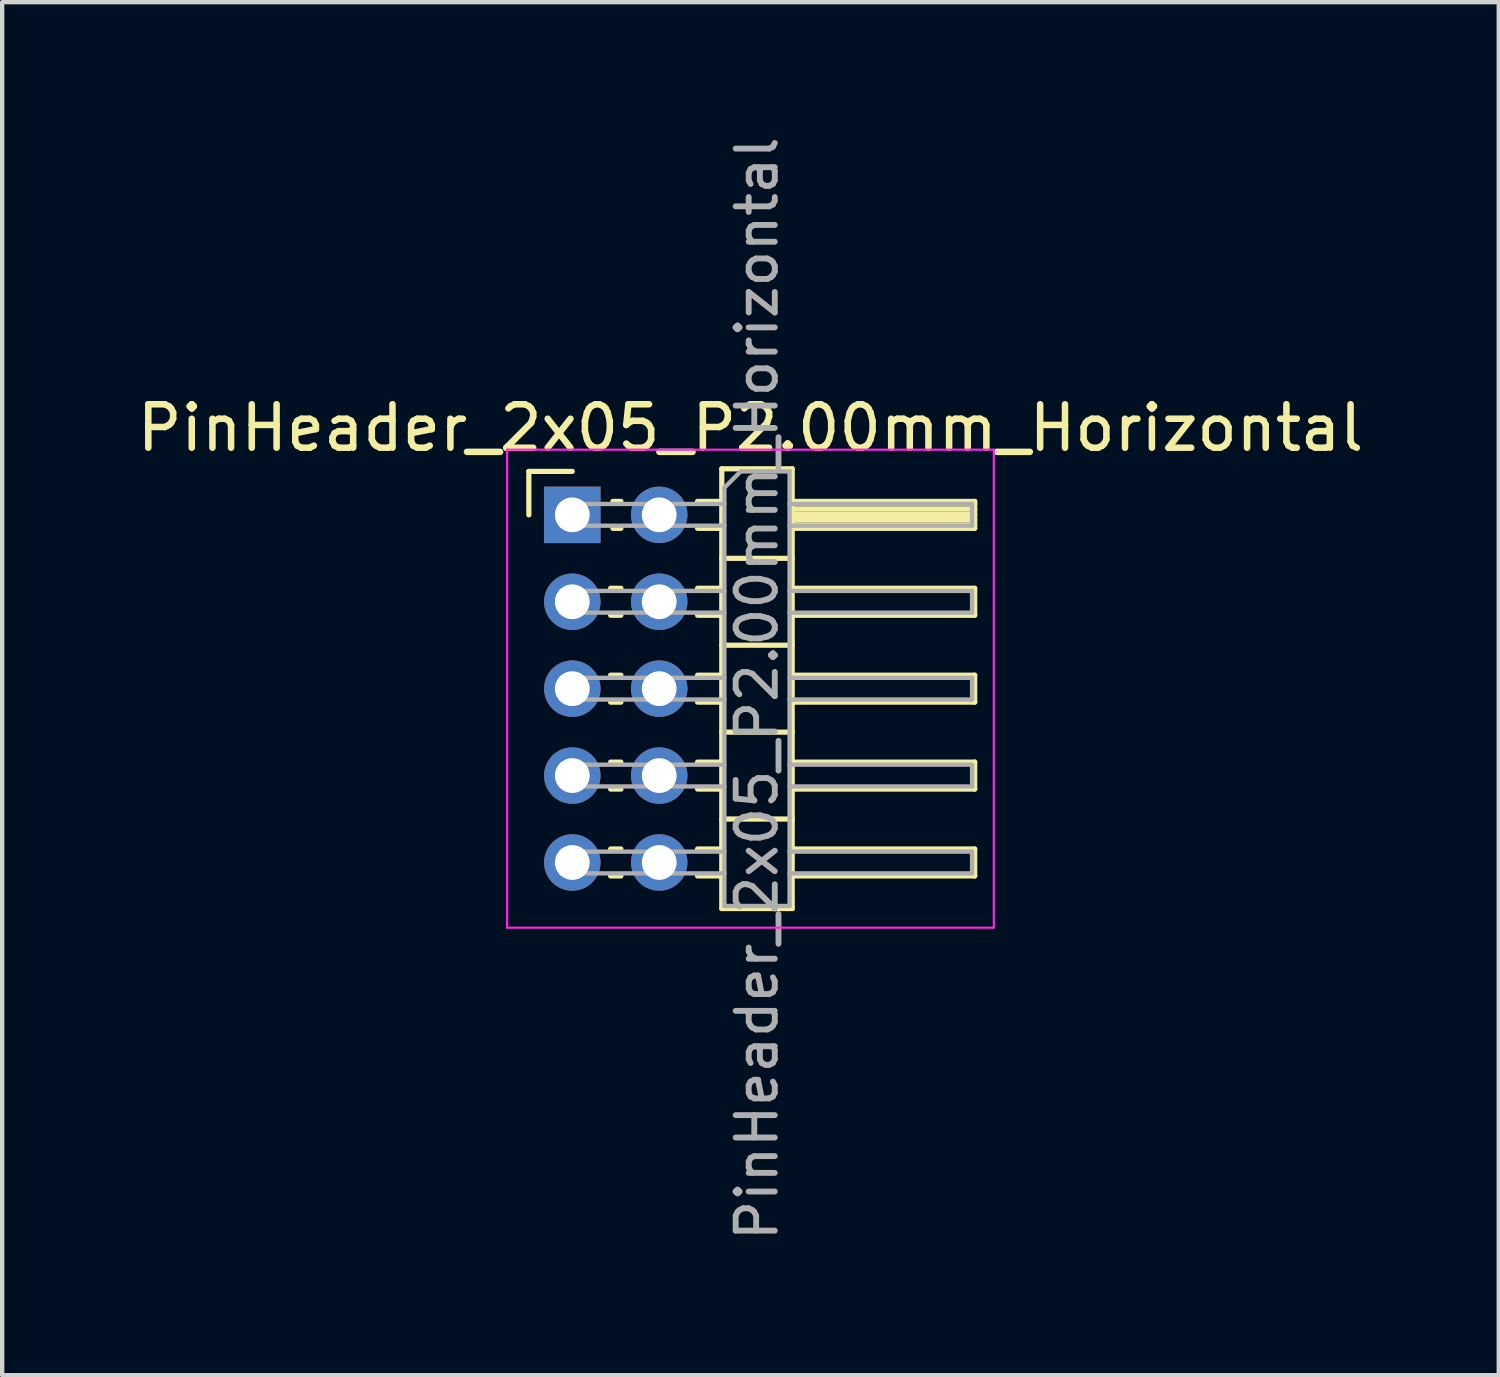
<source format=kicad_pcb>
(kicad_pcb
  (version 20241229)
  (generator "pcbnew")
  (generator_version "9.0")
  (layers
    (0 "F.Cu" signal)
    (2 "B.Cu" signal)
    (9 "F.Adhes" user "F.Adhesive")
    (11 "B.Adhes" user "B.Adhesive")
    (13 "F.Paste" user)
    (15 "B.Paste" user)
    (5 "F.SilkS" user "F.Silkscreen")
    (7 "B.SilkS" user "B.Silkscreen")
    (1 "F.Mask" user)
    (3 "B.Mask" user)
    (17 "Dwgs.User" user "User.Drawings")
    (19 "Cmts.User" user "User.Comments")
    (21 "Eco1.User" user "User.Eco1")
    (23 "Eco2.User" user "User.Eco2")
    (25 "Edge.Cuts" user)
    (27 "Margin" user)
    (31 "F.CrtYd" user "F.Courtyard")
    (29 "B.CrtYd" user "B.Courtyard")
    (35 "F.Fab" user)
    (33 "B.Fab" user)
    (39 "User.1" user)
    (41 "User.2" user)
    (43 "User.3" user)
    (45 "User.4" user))
  (footprint "PinHeader_2x05_P2.00mm_Horizontal"
    (layer "F.Cu")
    (at 10.12 8.798)
    (property "Reference" "PinHeader_2x05_P2.00mm_Horizontal" (at 4.1 -2 0) (layer "F.SilkS") (effects (font (size 1 1) (thickness 0.15))))
    (attr through_hole)
    (fp_line (start -1 -1) (end 0 -1) (stroke (width 0.12) (type solid)) (layer "F.SilkS"))
    (fp_line (start -1 0) (end -1 -1) (stroke (width 0.12) (type solid)) (layer "F.SilkS"))
    (fp_line (start 0.882 1.69) (end 1.118 1.69) (stroke (width 0.12) (type solid)) (layer "F.SilkS"))
    (fp_line (start 0.882 2.31) (end 1.118 2.31) (stroke (width 0.12) (type solid)) (layer "F.SilkS"))
    (fp_line (start 0.882 3.69) (end 1.118 3.69) (stroke (width 0.12) (type solid)) (layer "F.SilkS"))
    (fp_line (start 0.882 4.31) (end 1.118 4.31) (stroke (width 0.12) (type solid)) (layer "F.SilkS"))
    (fp_line (start 0.882 5.69) (end 1.118 5.69) (stroke (width 0.12) (type solid)) (layer "F.SilkS"))
    (fp_line (start 0.882 6.31) (end 1.118 6.31) (stroke (width 0.12) (type solid)) (layer "F.SilkS"))
    (fp_line (start 0.882 7.69) (end 1.118 7.69) (stroke (width 0.12) (type solid)) (layer "F.SilkS"))
    (fp_line (start 0.882 8.31) (end 1.118 8.31) (stroke (width 0.12) (type solid)) (layer "F.SilkS"))
    (fp_line (start 0.935 -0.31) (end 1.118 -0.31) (stroke (width 0.12) (type solid)) (layer "F.SilkS"))
    (fp_line (start 0.935 0.31) (end 1.118 0.31) (stroke (width 0.12) (type solid)) (layer "F.SilkS"))
    (fp_line (start 2.882 -0.31) (end 3.44 -0.31) (stroke (width 0.12) (type solid)) (layer "F.SilkS"))
    (fp_line (start 2.882 0.31) (end 3.44 0.31) (stroke (width 0.12) (type solid)) (layer "F.SilkS"))
    (fp_line (start 2.882 1.69) (end 3.44 1.69) (stroke (width 0.12) (type solid)) (layer "F.SilkS"))
    (fp_line (start 2.882 2.31) (end 3.44 2.31) (stroke (width 0.12) (type solid)) (layer "F.SilkS"))
    (fp_line (start 2.882 3.69) (end 3.44 3.69) (stroke (width 0.12) (type solid)) (layer "F.SilkS"))
    (fp_line (start 2.882 4.31) (end 3.44 4.31) (stroke (width 0.12) (type solid)) (layer "F.SilkS"))
    (fp_line (start 2.882 5.69) (end 3.44 5.69) (stroke (width 0.12) (type solid)) (layer "F.SilkS"))
    (fp_line (start 2.882 6.31) (end 3.44 6.31) (stroke (width 0.12) (type solid)) (layer "F.SilkS"))
    (fp_line (start 2.882 7.69) (end 3.44 7.69) (stroke (width 0.12) (type solid)) (layer "F.SilkS"))
    (fp_line (start 2.882 8.31) (end 3.44 8.31) (stroke (width 0.12) (type solid)) (layer "F.SilkS"))
    (fp_line (start 3.44 -1.06) (end 3.44 9.06) (stroke (width 0.12) (type solid)) (layer "F.SilkS"))
    (fp_line (start 3.44 1) (end 5.06 1) (stroke (width 0.12) (type solid)) (layer "F.SilkS"))
    (fp_line (start 3.44 3) (end 5.06 3) (stroke (width 0.12) (type solid)) (layer "F.SilkS"))
    (fp_line (start 3.44 5) (end 5.06 5) (stroke (width 0.12) (type solid)) (layer "F.SilkS"))
    (fp_line (start 3.44 7) (end 5.06 7) (stroke (width 0.12) (type solid)) (layer "F.SilkS"))
    (fp_line (start 3.44 9.06) (end 5.06 9.06) (stroke (width 0.12) (type solid)) (layer "F.SilkS"))
    (fp_line (start 5.06 -1.06) (end 3.44 -1.06) (stroke (width 0.12) (type solid)) (layer "F.SilkS"))
    (fp_line (start 5.06 -0.31) (end 9.26 -0.31) (stroke (width 0.12) (type solid)) (layer "F.SilkS"))
    (fp_line (start 5.06 -0.25) (end 9.26 -0.25) (stroke (width 0.12) (type solid)) (layer "F.SilkS"))
    (fp_line (start 5.06 -0.13) (end 9.26 -0.13) (stroke (width 0.12) (type solid)) (layer "F.SilkS"))
    (fp_line (start 5.06 -0.01) (end 9.26 -0.01) (stroke (width 0.12) (type solid)) (layer "F.SilkS"))
    (fp_line (start 5.06 0.11) (end 9.26 0.11) (stroke (width 0.12) (type solid)) (layer "F.SilkS"))
    (fp_line (start 5.06 0.23) (end 9.26 0.23) (stroke (width 0.12) (type solid)) (layer "F.SilkS"))
    (fp_line (start 5.06 1.69) (end 9.26 1.69) (stroke (width 0.12) (type solid)) (layer "F.SilkS"))
    (fp_line (start 5.06 3.69) (end 9.26 3.69) (stroke (width 0.12) (type solid)) (layer "F.SilkS"))
    (fp_line (start 5.06 5.69) (end 9.26 5.69) (stroke (width 0.12) (type solid)) (layer "F.SilkS"))
    (fp_line (start 5.06 7.69) (end 9.26 7.69) (stroke (width 0.12) (type solid)) (layer "F.SilkS"))
    (fp_line (start 5.06 9.06) (end 5.06 -1.06) (stroke (width 0.12) (type solid)) (layer "F.SilkS"))
    (fp_line (start 9.26 -0.31) (end 9.26 0.31) (stroke (width 0.12) (type solid)) (layer "F.SilkS"))
    (fp_line (start 9.26 0.31) (end 5.06 0.31) (stroke (width 0.12) (type solid)) (layer "F.SilkS"))
    (fp_line (start 9.26 1.69) (end 9.26 2.31) (stroke (width 0.12) (type solid)) (layer "F.SilkS"))
    (fp_line (start 9.26 2.31) (end 5.06 2.31) (stroke (width 0.12) (type solid)) (layer "F.SilkS"))
    (fp_line (start 9.26 3.69) (end 9.26 4.31) (stroke (width 0.12) (type solid)) (layer "F.SilkS"))
    (fp_line (start 9.26 4.31) (end 5.06 4.31) (stroke (width 0.12) (type solid)) (layer "F.SilkS"))
    (fp_line (start 9.26 5.69) (end 9.26 6.31) (stroke (width 0.12) (type solid)) (layer "F.SilkS"))
    (fp_line (start 9.26 6.31) (end 5.06 6.31) (stroke (width 0.12) (type solid)) (layer "F.SilkS"))
    (fp_line (start 9.26 7.69) (end 9.26 8.31) (stroke (width 0.12) (type solid)) (layer "F.SilkS"))
    (fp_line (start 9.26 8.31) (end 5.06 8.31) (stroke (width 0.12) (type solid)) (layer "F.SilkS"))
    (fp_line (start -1.5 -1.5) (end -1.5 9.5) (stroke (width 0.05) (type solid)) (layer "F.CrtYd"))
    (fp_line (start -1.5 9.5) (end 9.7 9.5) (stroke (width 0.05) (type solid)) (layer "F.CrtYd"))
    (fp_line (start 9.7 -1.5) (end -1.5 -1.5) (stroke (width 0.05) (type solid)) (layer "F.CrtYd"))
    (fp_line (start 9.7 9.5) (end 9.7 -1.5) (stroke (width 0.05) (type solid)) (layer "F.CrtYd"))
    (fp_line (start -0.25 -0.25) (end -0.25 0.25) (stroke (width 0.1) (type solid)) (layer "F.Fab"))
    (fp_line (start -0.25 -0.25) (end 3.5 -0.25) (stroke (width 0.1) (type solid)) (layer "F.Fab"))
    (fp_line (start -0.25 0.25) (end 3.5 0.25) (stroke (width 0.1) (type solid)) (layer "F.Fab"))
    (fp_line (start -0.25 1.75) (end -0.25 2.25) (stroke (width 0.1) (type solid)) (layer "F.Fab"))
    (fp_line (start -0.25 1.75) (end 3.5 1.75) (stroke (width 0.1) (type solid)) (layer "F.Fab"))
    (fp_line (start -0.25 2.25) (end 3.5 2.25) (stroke (width 0.1) (type solid)) (layer "F.Fab"))
    (fp_line (start -0.25 3.75) (end -0.25 4.25) (stroke (width 0.1) (type solid)) (layer "F.Fab"))
    (fp_line (start -0.25 3.75) (end 3.5 3.75) (stroke (width 0.1) (type solid)) (layer "F.Fab"))
    (fp_line (start -0.25 4.25) (end 3.5 4.25) (stroke (width 0.1) (type solid)) (layer "F.Fab"))
    (fp_line (start -0.25 5.75) (end -0.25 6.25) (stroke (width 0.1) (type solid)) (layer "F.Fab"))
    (fp_line (start -0.25 5.75) (end 3.5 5.75) (stroke (width 0.1) (type solid)) (layer "F.Fab"))
    (fp_line (start -0.25 6.25) (end 3.5 6.25) (stroke (width 0.1) (type solid)) (layer "F.Fab"))
    (fp_line (start -0.25 7.75) (end -0.25 8.25) (stroke (width 0.1) (type solid)) (layer "F.Fab"))
    (fp_line (start -0.25 7.75) (end 3.5 7.75) (stroke (width 0.1) (type solid)) (layer "F.Fab"))
    (fp_line (start -0.25 8.25) (end 3.5 8.25) (stroke (width 0.1) (type solid)) (layer "F.Fab"))
    (fp_line (start 3.5 -0.625) (end 3.875 -1) (stroke (width 0.1) (type solid)) (layer "F.Fab"))
    (fp_line (start 3.5 9) (end 3.5 -0.625) (stroke (width 0.1) (type solid)) (layer "F.Fab"))
    (fp_line (start 3.875 -1) (end 5 -1) (stroke (width 0.1) (type solid)) (layer "F.Fab"))
    (fp_line (start 5 -1) (end 5 9) (stroke (width 0.1) (type solid)) (layer "F.Fab"))
    (fp_line (start 5 -0.25) (end 9.2 -0.25) (stroke (width 0.1) (type solid)) (layer "F.Fab"))
    (fp_line (start 5 0.25) (end 9.2 0.25) (stroke (width 0.1) (type solid)) (layer "F.Fab"))
    (fp_line (start 5 1.75) (end 9.2 1.75) (stroke (width 0.1) (type solid)) (layer "F.Fab"))
    (fp_line (start 5 2.25) (end 9.2 2.25) (stroke (width 0.1) (type solid)) (layer "F.Fab"))
    (fp_line (start 5 3.75) (end 9.2 3.75) (stroke (width 0.1) (type solid)) (layer "F.Fab"))
    (fp_line (start 5 4.25) (end 9.2 4.25) (stroke (width 0.1) (type solid)) (layer "F.Fab"))
    (fp_line (start 5 5.75) (end 9.2 5.75) (stroke (width 0.1) (type solid)) (layer "F.Fab"))
    (fp_line (start 5 6.25) (end 9.2 6.25) (stroke (width 0.1) (type solid)) (layer "F.Fab"))
    (fp_line (start 5 7.75) (end 9.2 7.75) (stroke (width 0.1) (type solid)) (layer "F.Fab"))
    (fp_line (start 5 8.25) (end 9.2 8.25) (stroke (width 0.1) (type solid)) (layer "F.Fab"))
    (fp_line (start 5 9) (end 3.5 9) (stroke (width 0.1) (type solid)) (layer "F.Fab"))
    (fp_line (start 9.2 -0.25) (end 9.2 0.25) (stroke (width 0.1) (type solid)) (layer "F.Fab"))
    (fp_line (start 9.2 1.75) (end 9.2 2.25) (stroke (width 0.1) (type solid)) (layer "F.Fab"))
    (fp_line (start 9.2 3.75) (end 9.2 4.25) (stroke (width 0.1) (type solid)) (layer "F.Fab"))
    (fp_line (start 9.2 5.75) (end 9.2 6.25) (stroke (width 0.1) (type solid)) (layer "F.Fab"))
    (fp_line (start 9.2 7.75) (end 9.2 8.25) (stroke (width 0.1) (type solid)) (layer "F.Fab"))
    (fp_text user "${REFERENCE}" (at 4.25 4 90) (layer "F.Fab") (effects (font (size 0.9 0.9) (thickness 0.135))))
    (pad "1" thru_hole rect (at 0 0) (size 1.3 1.3) (drill 0.8) (layers "*.Cu" "*.Mask"))
    (pad "2" thru_hole circle (at 2 0) (size 1.3 1.3) (drill 0.8) (layers "*.Cu" "*.Mask"))
    (pad "3" thru_hole circle (at 0 2) (size 1.3 1.3) (drill 0.8) (layers "*.Cu" "*.Mask"))
    (pad "4" thru_hole circle (at 2 2) (size 1.3 1.3) (drill 0.8) (layers "*.Cu" "*.Mask"))
    (pad "5" thru_hole circle (at 0 4) (size 1.3 1.3) (drill 0.8) (layers "*.Cu" "*.Mask"))
    (pad "6" thru_hole circle (at 2 4) (size 1.3 1.3) (drill 0.8) (layers "*.Cu" "*.Mask"))
    (pad "7" thru_hole circle (at 0 6) (size 1.3 1.3) (drill 0.8) (layers "*.Cu" "*.Mask"))
    (pad "8" thru_hole circle (at 2 6) (size 1.3 1.3) (drill 0.8) (layers "*.Cu" "*.Mask"))
    (pad "9" thru_hole circle (at 0 8) (size 1.3 1.3) (drill 0.8) (layers "*.Cu" "*.Mask"))
    (pad "10" thru_hole circle (at 2 8) (size 1.3 1.3) (drill 0.8) (layers "*.Cu" "*.Mask")))
  (gr_rect
    (start -3 -3)
    (end 31.44 28.596)
    (stroke (width 0.1) (type default))
    (fill no)
    (layer "Edge.Cuts")))
</source>
